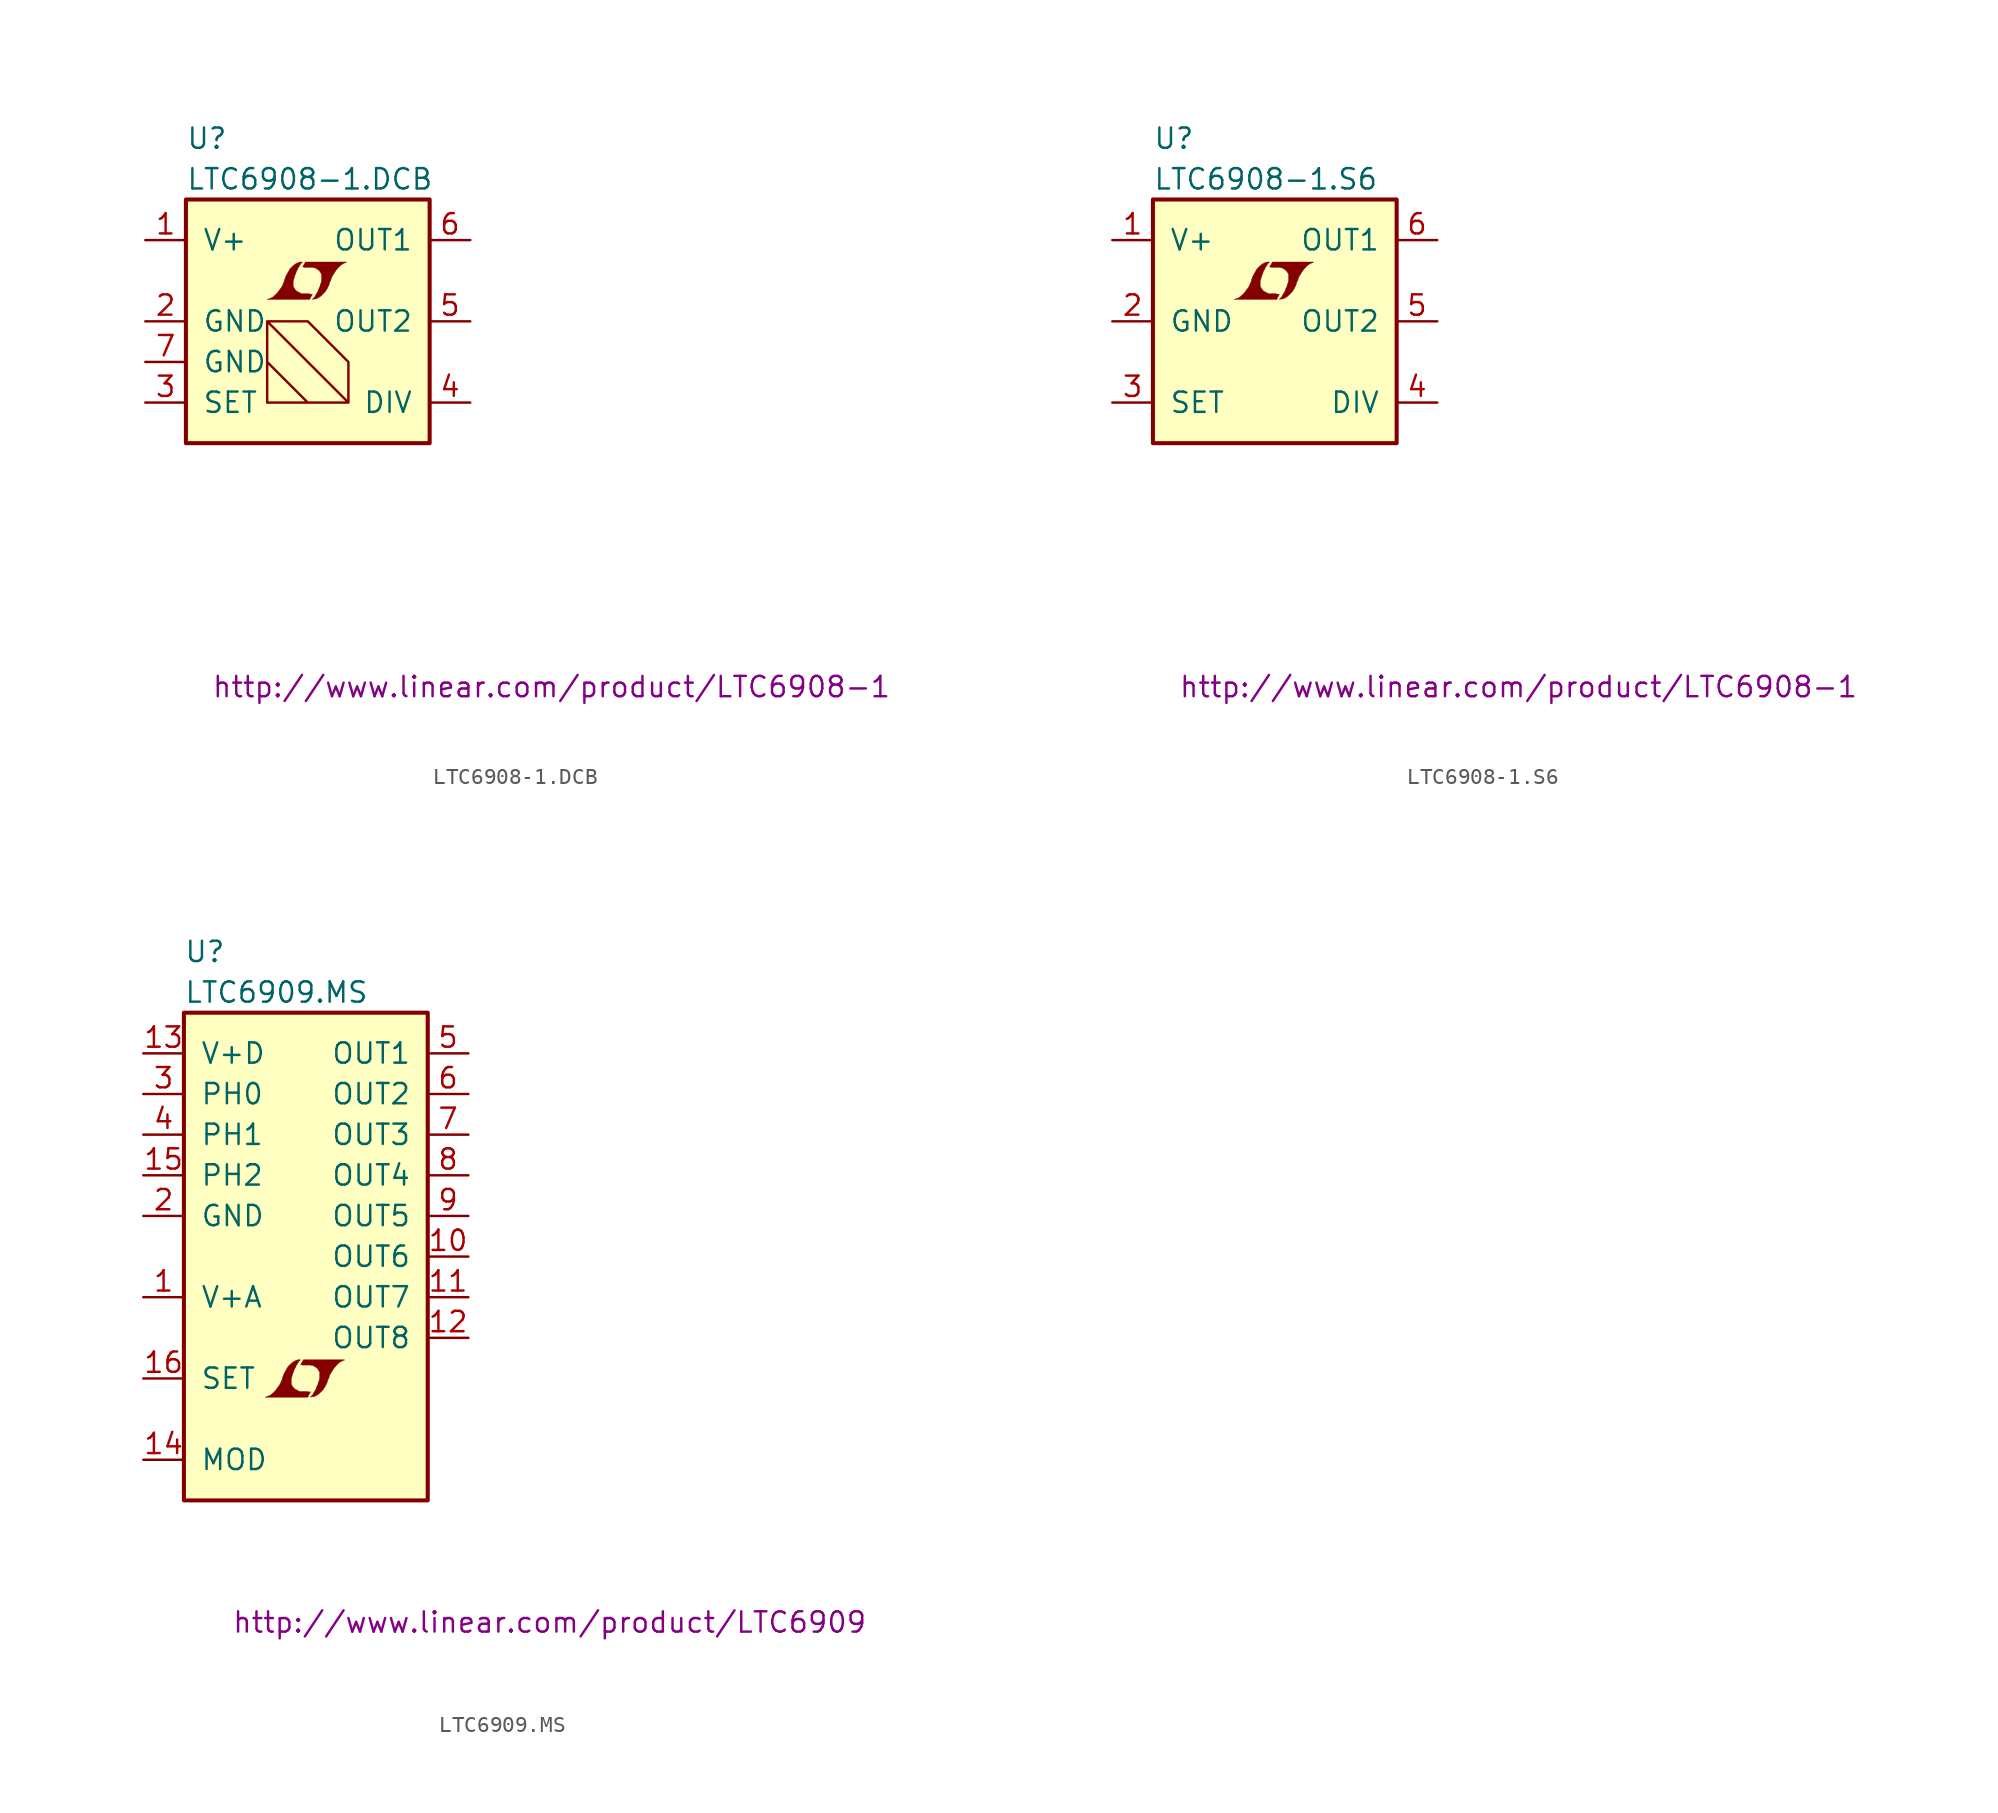
<source format=kicad_sym>
(kicad_symbol_lib
  (version 20201005)
  (generator kicad_symbol_editor)
  (symbol "LTC6908-1.DCB"
    (pin_names
      (offset 1.016))
    (property "Reference" "U"
      (at -7.62 11.43 0)
      (effects (font (size 1.27 1.27)) (justify left)))
    (property "Value" "LTC6908-1.DCB"
      (at -7.62 8.89 0)
      (effects (font (size 1.27 1.27)) (justify left)))
    (property "Datasheet" "http://www.linear.com/product/LTC6908-1"
      (at 15.24 -22.86 0)
      (effects (font (size 1.27 1.27))))
    (symbol "LTC6908-1.DCB_0_0"
      (polyline (pts (xy 0.203 1.549) (xy 0.229 1.575) (xy 0.279 1.676) (xy 0.279 1.702) (xy 0.152 1.702) (xy 0.051 1.727) (xy -0.406 1.727) (xy -0.432 1.753) (xy -0.686 1.88) (xy -0.787 1.981) (xy -0.864 2.108) (xy -0.914 2.21) (xy -0.914 2.515) (xy -0.864 2.667) (xy -0.838 2.769) (xy -0.813 2.845) (xy -0.762 2.972) (xy -0.711 3.124) (xy -0.635 3.251) (xy -0.584 3.378) (xy -0.508 3.48) (xy -0.457 3.581) (xy -0.33 3.708) (xy -0.508 3.708) (xy -0.635 3.658) (xy -0.737 3.607) (xy -0.813 3.556) (xy -0.94 3.454) (xy -1.118 3.277) (xy -1.372 2.819) (xy -1.473 2.54) (xy -1.473 2.489) (xy -1.524 2.388) (xy -1.575 2.261) (xy -1.626 2.159) (xy -1.753 1.981) (xy -1.905 1.778) (xy -2.057 1.626) (xy -2.21 1.499) (xy -2.388 1.422) (xy -2.54 1.372) (xy 0.127 1.372) (xy 0.203 1.549)) (stroke (width 0.025)) (fill (type outline)))
      (polyline (pts (xy 0.406 1.397) (xy 0.483 1.397) (xy 0.66 1.473) (xy 0.813 1.575) (xy 1.092 1.854) (xy 1.219 2.057) (xy 1.321 2.261) (xy 1.397 2.515) (xy 1.422 2.515) (xy 1.499 2.769) (xy 1.753 3.175) (xy 1.905 3.353) (xy 2.057 3.505) (xy 2.21 3.607) (xy 2.388 3.683) (xy 2.413 3.683) (xy 2.413 3.708) (xy -0.152 3.708) (xy -0.229 3.556) (xy -0.254 3.531) (xy -0.305 3.429) (xy -0.33 3.404) (xy -0.279 3.404) (xy -0.229 3.378) (xy 0.305 3.378) (xy 0.356 3.353) (xy 0.406 3.353) (xy 0.483 3.327) (xy 0.61 3.251) (xy 0.737 3.15) (xy 0.813 3.023) (xy 0.838 2.972) (xy 0.864 2.946) (xy 0.864 2.54) (xy 0.838 2.489) (xy 0.838 2.413) (xy 0.787 2.311) (xy 0.762 2.184) (xy 0.686 2.032) (xy 0.635 1.88) (xy 0.483 1.626) (xy 0.432 1.524) (xy 0.279 1.372) (xy 0.406 1.397)) (stroke (width 0.025)) (fill (type outline))))
    (symbol "LTC6908-1.DCB_0_1"
      (rectangle (start -7.62 7.62) (end 7.62 -7.62) (stroke (width 0.254)) (fill (type background)))
      (polyline (pts (xy 0 0) (xy -2.54 0) (xy -2.54 -5.08) (xy 2.54 -5.08) (xy 2.54 -2.54) (xy 0 0) (xy -2.54 0) (xy 2.54 -5.08) (xy 0 -5.08) (xy -2.54 -2.54)) (stroke (width 0)) (fill (type none))))
    (symbol "LTC6908-1.DCB_1_1"
      (pin power_in line (at -10.16 5.08 0) (length 2.54) (name "V+" (effects (font (size 1.27 1.27)))) (number "1" (effects (font (size 1.27 1.27)))))
      (pin power_in line (at -10.16 0 0) (length 2.54) (name "GND" (effects (font (size 1.27 1.27)))) (number "2" (effects (font (size 1.27 1.27)))))
      (pin passive line (at -10.16 -5.08 0) (length 2.54) (name "SET" (effects (font (size 1.27 1.27)))) (number "3" (effects (font (size 1.27 1.27)))))
      (pin passive line (at 10.16 -5.08 180) (length 2.54) (name "DIV" (effects (font (size 1.27 1.27)))) (number "4" (effects (font (size 1.27 1.27)))))
      (pin output line (at 10.16 0 180) (length 2.54) (name "OUT2" (effects (font (size 1.27 1.27)))) (number "5" (effects (font (size 1.27 1.27)))))
      (pin output line (at 10.16 5.08 180) (length 2.54) (name "OUT1" (effects (font (size 1.27 1.27)))) (number "6" (effects (font (size 1.27 1.27)))))
      (pin power_in line (at -10.16 -2.54 0) (length 2.54) (name "GND" (effects (font (size 1.27 1.27)))) (number "7" (effects (font (size 1.27 1.27)))))))
  (symbol "LTC6908-1.S6"
    (pin_names
      (offset 1.016))
    (property "Reference" "U"
      (at -7.62 11.43 0)
      (effects (font (size 1.27 1.27)) (justify left)))
    (property "Value" "LTC6908-1.S6"
      (at -7.62 8.89 0)
      (effects (font (size 1.27 1.27)) (justify left)))
    (property "Datasheet" "http://www.linear.com/product/LTC6908-1"
      (at 15.24 -22.86 0)
      (effects (font (size 1.27 1.27))))
    (symbol "LTC6908-1.S6_0_0"
      (polyline (pts (xy 0.203 1.549) (xy 0.229 1.575) (xy 0.279 1.676) (xy 0.279 1.702) (xy 0.152 1.702) (xy 0.051 1.727) (xy -0.406 1.727) (xy -0.432 1.753) (xy -0.686 1.88) (xy -0.787 1.981) (xy -0.864 2.108) (xy -0.914 2.21) (xy -0.914 2.515) (xy -0.864 2.667) (xy -0.838 2.769) (xy -0.813 2.845) (xy -0.762 2.972) (xy -0.711 3.124) (xy -0.635 3.251) (xy -0.584 3.378) (xy -0.508 3.48) (xy -0.457 3.581) (xy -0.33 3.708) (xy -0.508 3.708) (xy -0.635 3.658) (xy -0.737 3.607) (xy -0.813 3.556) (xy -0.94 3.454) (xy -1.118 3.277) (xy -1.372 2.819) (xy -1.473 2.54) (xy -1.473 2.489) (xy -1.524 2.388) (xy -1.575 2.261) (xy -1.626 2.159) (xy -1.753 1.981) (xy -1.905 1.778) (xy -2.057 1.626) (xy -2.21 1.499) (xy -2.388 1.422) (xy -2.54 1.372) (xy 0.127 1.372) (xy 0.203 1.549)) (stroke (width 0.025)) (fill (type outline)))
      (polyline (pts (xy 0.406 1.397) (xy 0.483 1.397) (xy 0.66 1.473) (xy 0.813 1.575) (xy 1.092 1.854) (xy 1.219 2.057) (xy 1.321 2.261) (xy 1.397 2.515) (xy 1.422 2.515) (xy 1.499 2.769) (xy 1.753 3.175) (xy 1.905 3.353) (xy 2.057 3.505) (xy 2.21 3.607) (xy 2.388 3.683) (xy 2.413 3.683) (xy 2.413 3.708) (xy -0.152 3.708) (xy -0.229 3.556) (xy -0.254 3.531) (xy -0.305 3.429) (xy -0.33 3.404) (xy -0.279 3.404) (xy -0.229 3.378) (xy 0.305 3.378) (xy 0.356 3.353) (xy 0.406 3.353) (xy 0.483 3.327) (xy 0.61 3.251) (xy 0.737 3.15) (xy 0.813 3.023) (xy 0.838 2.972) (xy 0.864 2.946) (xy 0.864 2.54) (xy 0.838 2.489) (xy 0.838 2.413) (xy 0.787 2.311) (xy 0.762 2.184) (xy 0.686 2.032) (xy 0.635 1.88) (xy 0.483 1.626) (xy 0.432 1.524) (xy 0.279 1.372) (xy 0.406 1.397)) (stroke (width 0.025)) (fill (type outline))))
    (symbol "LTC6908-1.S6_0_1"
      (rectangle (start -7.62 7.62) (end 7.62 -7.62) (stroke (width 0.254)) (fill (type background))))
    (symbol "LTC6908-1.S6_1_1"
      (pin power_in line (at -10.16 5.08 0) (length 2.54) (name "V+" (effects (font (size 1.27 1.27)))) (number "1" (effects (font (size 1.27 1.27)))))
      (pin power_in line (at -10.16 0 0) (length 2.54) (name "GND" (effects (font (size 1.27 1.27)))) (number "2" (effects (font (size 1.27 1.27)))))
      (pin passive line (at -10.16 -5.08 0) (length 2.54) (name "SET" (effects (font (size 1.27 1.27)))) (number "3" (effects (font (size 1.27 1.27)))))
      (pin passive line (at 10.16 -5.08 180) (length 2.54) (name "DIV" (effects (font (size 1.27 1.27)))) (number "4" (effects (font (size 1.27 1.27)))))
      (pin output line (at 10.16 0 180) (length 2.54) (name "OUT2" (effects (font (size 1.27 1.27)))) (number "5" (effects (font (size 1.27 1.27)))))
      (pin output line (at 10.16 5.08 180) (length 2.54) (name "OUT1" (effects (font (size 1.27 1.27)))) (number "6" (effects (font (size 1.27 1.27)))))))
  (symbol "LTC6909.MS"
    (pin_names
      (offset 1.016))
    (property "Reference" "U"
      (at -7.62 19.05 0)
      (effects (font (size 1.27 1.27)) (justify left)))
    (property "Value" "LTC6909.MS"
      (at -7.62 16.51 0)
      (effects (font (size 1.27 1.27)) (justify left)))
    (property "Datasheet" "http://www.linear.com/product/LTC6909"
      (at 15.24 -22.86 0)
      (effects (font (size 1.27 1.27))))
    (symbol "LTC6909.MS_0_0"
      (polyline (pts (xy 0.203 -8.611) (xy 0.229 -8.585) (xy 0.279 -8.484) (xy 0.279 -8.458) (xy 0.152 -8.458) (xy 0.051 -8.433) (xy -0.406 -8.433) (xy -0.432 -8.407) (xy -0.686 -8.28) (xy -0.787 -8.179) (xy -0.864 -8.052) (xy -0.914 -7.95) (xy -0.914 -7.645) (xy -0.864 -7.493) (xy -0.838 -7.391) (xy -0.813 -7.315) (xy -0.762 -7.188) (xy -0.711 -7.036) (xy -0.635 -6.909) (xy -0.584 -6.782) (xy -0.508 -6.68) (xy -0.457 -6.579) (xy -0.33 -6.452) (xy -0.508 -6.452) (xy -0.635 -6.502) (xy -0.737 -6.553) (xy -0.813 -6.604) (xy -0.94 -6.706) (xy -1.118 -6.883) (xy -1.372 -7.341) (xy -1.473 -7.62) (xy -1.473 -7.671) (xy -1.524 -7.772) (xy -1.575 -7.899) (xy -1.626 -8.001) (xy -1.753 -8.179) (xy -1.905 -8.382) (xy -2.057 -8.534) (xy -2.21 -8.661) (xy -2.388 -8.738) (xy -2.54 -8.788) (xy 0.127 -8.788) (xy 0.203 -8.611)) (stroke (width 0.025)) (fill (type outline)))
      (polyline (pts (xy 0.406 -8.763) (xy 0.483 -8.763) (xy 0.66 -8.687) (xy 0.813 -8.585) (xy 1.092 -8.306) (xy 1.219 -8.103) (xy 1.321 -7.899) (xy 1.397 -7.645) (xy 1.422 -7.645) (xy 1.499 -7.391) (xy 1.753 -6.985) (xy 1.905 -6.807) (xy 2.057 -6.655) (xy 2.21 -6.553) (xy 2.388 -6.477) (xy 2.413 -6.477) (xy 2.413 -6.452) (xy -0.152 -6.452) (xy -0.229 -6.604) (xy -0.254 -6.629) (xy -0.305 -6.731) (xy -0.33 -6.756) (xy -0.279 -6.756) (xy -0.229 -6.782) (xy 0.305 -6.782) (xy 0.356 -6.807) (xy 0.406 -6.807) (xy 0.483 -6.833) (xy 0.61 -6.909) (xy 0.737 -7.01) (xy 0.813 -7.137) (xy 0.838 -7.188) (xy 0.864 -7.214) (xy 0.864 -7.62) (xy 0.838 -7.671) (xy 0.838 -7.747) (xy 0.787 -7.849) (xy 0.762 -7.976) (xy 0.686 -8.128) (xy 0.635 -8.28) (xy 0.483 -8.534) (xy 0.432 -8.636) (xy 0.279 -8.788) (xy 0.406 -8.763)) (stroke (width 0.025)) (fill (type outline))))
    (symbol "LTC6909.MS_0_1"
      (rectangle (start -7.62 15.24) (end 7.62 -15.24) (stroke (width 0.254)) (fill (type background))))
    (symbol "LTC6909.MS_1_1"
      (pin power_in line (at -10.16 -2.54 0) (length 2.54) (name "V+A" (effects (font (size 1.27 1.27)))) (number "1" (effects (font (size 1.27 1.27)))))
      (pin power_in line (at -10.16 2.54 0) (length 2.54) (name "GND" (effects (font (size 1.27 1.27)))) (number "2" (effects (font (size 1.27 1.27)))))
      (pin input line (at -10.16 10.16 0) (length 2.54) (name "PH0" (effects (font (size 1.27 1.27)))) (number "3" (effects (font (size 1.27 1.27)))))
      (pin input line (at -10.16 7.62 0) (length 2.54) (name "PH1" (effects (font (size 1.27 1.27)))) (number "4" (effects (font (size 1.27 1.27)))))
      (pin output line (at 10.16 12.7 180) (length 2.54) (name "OUT1" (effects (font (size 1.27 1.27)))) (number "5" (effects (font (size 1.27 1.27)))))
      (pin output line (at 10.16 10.16 180) (length 2.54) (name "OUT2" (effects (font (size 1.27 1.27)))) (number "6" (effects (font (size 1.27 1.27)))))
      (pin output line (at 10.16 7.62 180) (length 2.54) (name "OUT3" (effects (font (size 1.27 1.27)))) (number "7" (effects (font (size 1.27 1.27)))))
      (pin output line (at 10.16 5.08 180) (length 2.54) (name "OUT4" (effects (font (size 1.27 1.27)))) (number "8" (effects (font (size 1.27 1.27)))))
      (pin output line (at 10.16 2.54 180) (length 2.54) (name "OUT5" (effects (font (size 1.27 1.27)))) (number "9" (effects (font (size 1.27 1.27)))))
      (pin output line (at 10.16 0 180) (length 2.54) (name "OUT6" (effects (font (size 1.27 1.27)))) (number "10" (effects (font (size 1.27 1.27)))))
      (pin output line (at 10.16 -2.54 180) (length 2.54) (name "OUT7" (effects (font (size 1.27 1.27)))) (number "11" (effects (font (size 1.27 1.27)))))
      (pin output line (at 10.16 -5.08 180) (length 2.54) (name "OUT8" (effects (font (size 1.27 1.27)))) (number "12" (effects (font (size 1.27 1.27)))))
      (pin power_in line (at -10.16 12.7 0) (length 2.54) (name "V+D" (effects (font (size 1.27 1.27)))) (number "13" (effects (font (size 1.27 1.27)))))
      (pin passive line (at -10.16 -12.7 0) (length 2.54) (name "MOD" (effects (font (size 1.27 1.27)))) (number "14" (effects (font (size 1.27 1.27)))))
      (pin input line (at -10.16 5.08 0) (length 2.54) (name "PH2" (effects (font (size 1.27 1.27)))) (number "15" (effects (font (size 1.27 1.27)))))
      (pin passive line (at -10.16 -7.62 0) (length 2.54) (name "SET" (effects (font (size 1.27 1.27)))) (number "16" (effects (font (size 1.27 1.27))))))))
</source>
